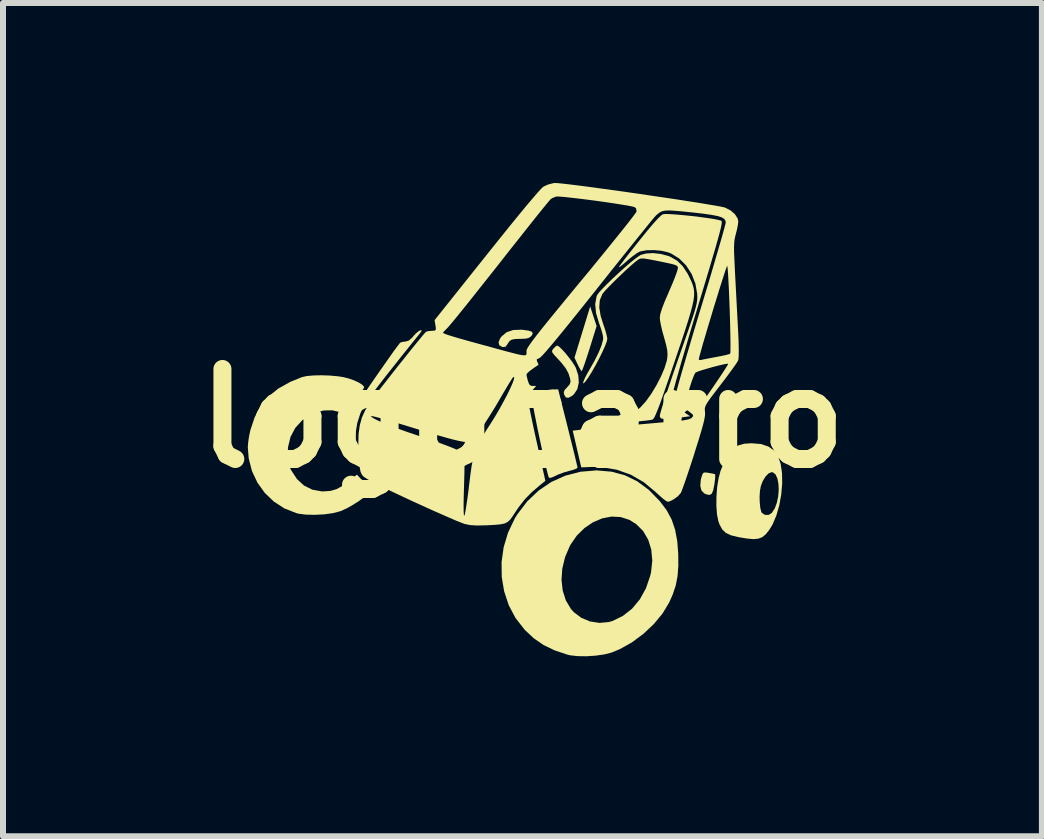
<source format=kicad_pcb>
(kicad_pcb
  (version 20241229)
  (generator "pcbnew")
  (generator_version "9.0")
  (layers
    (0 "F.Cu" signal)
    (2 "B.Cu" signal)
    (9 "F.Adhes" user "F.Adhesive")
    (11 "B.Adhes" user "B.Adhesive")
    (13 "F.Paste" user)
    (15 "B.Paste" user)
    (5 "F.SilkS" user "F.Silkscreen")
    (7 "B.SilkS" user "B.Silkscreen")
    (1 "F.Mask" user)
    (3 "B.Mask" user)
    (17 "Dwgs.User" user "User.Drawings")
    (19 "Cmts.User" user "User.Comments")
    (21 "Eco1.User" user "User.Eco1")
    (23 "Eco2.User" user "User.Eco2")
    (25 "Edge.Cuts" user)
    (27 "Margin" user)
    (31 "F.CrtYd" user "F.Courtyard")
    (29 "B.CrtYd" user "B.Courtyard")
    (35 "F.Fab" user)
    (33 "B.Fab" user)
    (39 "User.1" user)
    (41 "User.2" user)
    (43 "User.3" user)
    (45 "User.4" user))
  (footprint "logocarro"
    (layer "F.Cu")
    (at 5.657 3.921)
    (property "Reference" "logocarro" (at 0 0 0) (layer "F.SilkS") (effects (font (size 1.5 1.5) (thickness 0.3))))
    (attr board_only exclude_from_pos_files exclude_from_bom)
    (fp_poly (pts (xy 1.182 -1.7) (xy 1.236 -1.537) (xy 1.119 -1.161) (xy 1.08 -1.04) (xy 1.045 -0.934) (xy 1.016 -0.852) (xy 0.996 -0.801) (xy 0.987 -0.785) (xy 0.97 -0.804) (xy 0.943 -0.852) (xy 0.92 -0.898) (xy 0.867 -1.01) (xy 0.998 -1.437) (xy 1.129 -1.864)) (stroke (width 0) (type solid)) (fill yes) (layer "F.SilkS"))
    (fp_poly (pts (xy 3.103 0.91) (xy 3.164 0.921) (xy 3.204 0.93) (xy 3.21 0.933) (xy 3.213 0.957) (xy 3.21 1.013) (xy 3.2 1.091) (xy 3.198 1.104) (xy 3.179 1.201) (xy 3.155 1.257) (xy 3.119 1.278) (xy 3.066 1.268) (xy 3.029 1.251) (xy 2.983 1.203) (xy 2.964 1.126) (xy 2.972 1.025) (xy 2.984 0.98) (xy 3.002 0.926) (xy 3.024 0.904) (xy 3.066 0.904)) (stroke (width 0) (type solid)) (fill yes) (layer "F.SilkS"))
    (fp_poly (pts (xy 0.006 -1.474) (xy 0.102 -1.461) (xy 0.157 -1.442) (xy 0.172 -1.413) (xy 0.151 -1.374) (xy 0.146 -1.369) (xy 0.111 -1.342) (xy 0.06 -1.328) (xy -0.02 -1.324) (xy -0.032 -1.324) (xy -0.122 -1.321) (xy -0.18 -1.31) (xy -0.217 -1.285) (xy -0.246 -1.242) (xy -0.251 -1.233) (xy -0.282 -1.192) (xy -0.325 -1.187) (xy -0.337 -1.189) (xy -0.385 -1.217) (xy -0.398 -1.266) (xy -0.373 -1.33) (xy -0.348 -1.364) (xy -0.264 -1.434) (xy -0.155 -1.471) (xy -0.018 -1.476)) (stroke (width 0) (type solid)) (fill yes) (layer "F.SilkS"))
    (fp_poly (pts (xy 0.61 -1.195) (xy 0.658 -1.149) (xy 0.717 -1.085) (xy 0.777 -1.01) (xy 0.833 -0.935) (xy 0.876 -0.867) (xy 0.89 -0.841) (xy 0.931 -0.715) (xy 0.939 -0.594) (xy 0.915 -0.486) (xy 0.858 -0.4) (xy 0.825 -0.372) (xy 0.765 -0.341) (xy 0.723 -0.348) (xy 0.696 -0.392) (xy 0.688 -0.433) (xy 0.703 -0.471) (xy 0.743 -0.515) (xy 0.787 -0.565) (xy 0.801 -0.608) (xy 0.796 -0.656) (xy 0.767 -0.748) (xy 0.72 -0.835) (xy 0.645 -0.93) (xy 0.593 -0.987) (xy 0.534 -1.05) (xy 0.502 -1.09) (xy 0.492 -1.117) (xy 0.5 -1.14) (xy 0.516 -1.161) (xy 0.553 -1.198) (xy 0.579 -1.212)) (stroke (width 0) (type solid)) (fill yes) (layer "F.SilkS"))
    (fp_poly (pts (xy 0.756 0.157) (xy 0.796 0.32) (xy 0.834 0.47) (xy 0.866 0.6) (xy 0.891 0.705) (xy 0.909 0.78) (xy 0.918 0.818) (xy 0.918 0.821) (xy 0.899 0.839) (xy 0.848 0.859) (xy 0.791 0.874) (xy 0.695 0.901) (xy 0.597 0.937) (xy 0.555 0.957) (xy 0.488 0.987) (xy 0.451 0.994) (xy 0.437 0.982) (xy 0.423 0.934) (xy 0.402 0.85) (xy 0.375 0.738) (xy 0.345 0.607) (xy 0.313 0.463) (xy 0.281 0.313) (xy 0.25 0.167) (xy 0.223 0.03) (xy 0.199 -0.088) (xy 0.182 -0.182) (xy 0.173 -0.242) (xy 0.171 -0.256) (xy 0.171 -0.32) (xy 0.182 -0.359) (xy 0.213 -0.388) (xy 0.273 -0.421) (xy 0.277 -0.423) (xy 0.396 -0.468) (xy 0.491 -0.481) (xy 0.595 -0.482)) (stroke (width 0) (type solid)) (fill yes) (layer "F.SilkS"))
    (fp_poly (pts (xy -1.683 -1.452) (xy -1.711 -1.412) (xy -1.734 -1.384) (xy -1.879 -1.204) (xy -2.02 -1.028) (xy -2.154 -0.859) (xy -2.278 -0.702) (xy -2.388 -0.56) (xy -2.482 -0.438) (xy -2.556 -0.339) (xy -2.607 -0.268) (xy -2.628 -0.236) (xy -2.7 -0.086) (xy -2.752 0.076) (xy -2.779 0.233) (xy -2.782 0.294) (xy -2.784 0.371) (xy -2.792 0.41) (xy -2.813 0.42) (xy -2.853 0.408) (xy -2.867 0.403) (xy -2.906 0.37) (xy -2.948 0.31) (xy -2.984 0.239) (xy -3.004 0.174) (xy -3.006 0.155) (xy -2.994 0.13) (xy -2.959 0.074) (xy -2.906 -0.009) (xy -2.836 -0.114) (xy -2.755 -0.236) (xy -2.665 -0.369) (xy -2.57 -0.509) (xy -2.473 -0.65) (xy -2.377 -0.788) (xy -2.287 -0.917) (xy -2.205 -1.033) (xy -2.136 -1.131) (xy -2.081 -1.204) (xy -2.046 -1.25) (xy -2.034 -1.262) (xy -1.993 -1.274) (xy -1.948 -1.279) (xy -1.894 -1.295) (xy -1.836 -1.346) (xy -1.82 -1.366) (xy -1.77 -1.42) (xy -1.722 -1.457) (xy -1.704 -1.465) (xy -1.682 -1.467)) (stroke (width 0) (type solid)) (fill yes) (layer "F.SilkS"))
    (fp_poly (pts (xy 3.974 0.429) (xy 4.1 0.471) (xy 4.196 0.541) (xy 4.26 0.633) (xy 4.303 0.759) (xy 4.326 0.913) (xy 4.329 1.086) (xy 4.313 1.269) (xy 4.28 1.451) (xy 4.231 1.622) (xy 4.167 1.773) (xy 4.112 1.862) (xy 4.056 1.932) (xy 3.999 1.98) (xy 3.933 2.006) (xy 3.85 2.014) (xy 3.74 2.004) (xy 3.601 1.981) (xy 3.478 1.951) (xy 3.391 1.911) (xy 3.329 1.852) (xy 3.284 1.768) (xy 3.264 1.712) (xy 3.242 1.601) (xy 3.232 1.461) (xy 3.233 1.306) (xy 3.952 1.306) (xy 3.955 1.406) (xy 3.964 1.495) (xy 3.981 1.56) (xy 3.992 1.579) (xy 4.044 1.611) (xy 4.106 1.609) (xy 4.157 1.576) (xy 4.205 1.502) (xy 4.24 1.408) (xy 4.262 1.303) (xy 4.271 1.194) (xy 4.266 1.091) (xy 4.249 1.003) (xy 4.218 0.936) (xy 4.174 0.901) (xy 4.152 0.898) (xy 4.103 0.918) (xy 4.051 0.971) (xy 4.004 1.048) (xy 3.973 1.129) (xy 3.958 1.21) (xy 3.952 1.306) (xy 3.233 1.306) (xy 3.233 1.306) (xy 3.245 1.148) (xy 3.268 1.001) (xy 3.3 0.88) (xy 3.303 0.872) (xy 3.369 0.713) (xy 3.436 0.593) (xy 3.509 0.508) (xy 3.593 0.453) (xy 3.695 0.424) (xy 3.814 0.416)) (stroke (width 0) (type solid)) (fill yes) (layer "F.SilkS"))
    (fp_poly (pts (xy 1.245 0.869) (xy 1.486 0.89) (xy 1.708 0.95) (xy 1.914 1.051) (xy 2.107 1.194) (xy 2.287 1.379) (xy 2.292 1.384) (xy 2.404 1.534) (xy 2.487 1.688) (xy 2.544 1.856) (xy 2.58 2.048) (xy 2.596 2.255) (xy 2.598 2.458) (xy 2.585 2.63) (xy 2.555 2.785) (xy 2.505 2.936) (xy 2.443 3.074) (xy 2.333 3.256) (xy 2.187 3.432) (xy 2.014 3.594) (xy 1.822 3.736) (xy 1.622 3.848) (xy 1.481 3.906) (xy 1.361 3.936) (xy 1.218 3.956) (xy 1.066 3.966) (xy 0.92 3.964) (xy 0.795 3.95) (xy 0.752 3.94) (xy 0.535 3.867) (xy 0.352 3.779) (xy 0.192 3.669) (xy 0.043 3.531) (xy 0.034 3.52) (xy -0.116 3.328) (xy -0.229 3.114) (xy -0.305 2.884) (xy -0.337 2.693) (xy 0.651 2.693) (xy 0.671 2.872) (xy 0.723 3.035) (xy 0.807 3.176) (xy 0.854 3.229) (xy 0.98 3.325) (xy 1.126 3.386) (xy 1.282 3.41) (xy 1.439 3.396) (xy 1.501 3.378) (xy 1.675 3.293) (xy 1.828 3.172) (xy 1.957 3.017) (xy 2.058 2.834) (xy 2.129 2.626) (xy 2.143 2.566) (xy 2.164 2.372) (xy 2.147 2.189) (xy 2.096 2.024) (xy 2.012 1.88) (xy 1.896 1.764) (xy 1.783 1.693) (xy 1.638 1.646) (xy 1.484 1.638) (xy 1.329 1.668) (xy 1.176 1.733) (xy 1.034 1.829) (xy 0.906 1.955) (xy 0.801 2.107) (xy 0.789 2.129) (xy 0.71 2.315) (xy 0.664 2.505) (xy 0.651 2.693) (xy -0.337 2.693) (xy -0.345 2.643) (xy -0.348 2.396) (xy -0.313 2.148) (xy -0.24 1.905) (xy -0.129 1.672) (xy -0.084 1.599) (xy 0.08 1.384) (xy 0.27 1.204) (xy 0.483 1.06) (xy 0.716 0.956) (xy 0.965 0.891) (xy 1.229 0.869)) (stroke (width 0) (type solid)) (fill yes) (layer "F.SilkS"))
    (fp_poly (pts (xy -3.209 -0.712) (xy -3.075 -0.7) (xy -2.991 -0.687) (xy -2.894 -0.663) (xy -2.802 -0.63) (xy -2.723 -0.593) (xy -2.666 -0.556) (xy -2.639 -0.524) (xy -2.64 -0.509) (xy -2.662 -0.474) (xy -2.702 -0.415) (xy -2.752 -0.343) (xy -2.807 -0.264) (xy -2.86 -0.189) (xy -2.905 -0.125) (xy -2.937 -0.082) (xy -2.95 -0.067) (xy -2.973 -0.075) (xy -3.021 -0.094) (xy -3.037 -0.101) (xy -3.169 -0.133) (xy -3.314 -0.13) (xy -3.461 -0.091) (xy -3.518 -0.066) (xy -3.669 0.032) (xy -3.785 0.159) (xy -3.865 0.309) (xy -3.907 0.482) (xy -3.913 0.583) (xy -3.91 0.684) (xy -3.897 0.76) (xy -3.872 0.83) (xy -3.854 0.867) (xy -3.757 1.014) (xy -3.639 1.122) (xy -3.501 1.19) (xy -3.345 1.218) (xy -3.31 1.218) (xy -3.199 1.21) (xy -3.101 1.182) (xy -3.002 1.129) (xy -2.891 1.046) (xy -2.886 1.043) (xy -2.759 0.939) (xy -2.694 1.009) (xy -2.634 1.06) (xy -2.571 1.098) (xy -2.56 1.102) (xy -2.512 1.127) (xy -2.491 1.154) (xy -2.491 1.155) (xy -2.509 1.195) (xy -2.56 1.25) (xy -2.636 1.314) (xy -2.728 1.381) (xy -2.829 1.445) (xy -2.931 1.502) (xy -3.026 1.545) (xy -3.04 1.55) (xy -3.159 1.581) (xy -3.303 1.601) (xy -3.458 1.609) (xy -3.606 1.606) (xy -3.733 1.59) (xy -3.767 1.581) (xy -3.966 1.503) (xy -4.142 1.389) (xy -4.294 1.244) (xy -4.417 1.072) (xy -4.508 0.879) (xy -4.562 0.67) (xy -4.577 0.483) (xy -4.571 0.401) (xy -4.556 0.298) (xy -4.534 0.197) (xy -4.534 0.196) (xy -4.462 -0.019) (xy -4.363 -0.203) (xy -4.234 -0.361) (xy -4.071 -0.494) (xy -3.871 -0.606) (xy -3.675 -0.686) (xy -3.594 -0.704) (xy -3.481 -0.714) (xy -3.348 -0.717)) (stroke (width 0) (type solid)) (fill yes) (layer "F.SilkS"))
    (fp_poly (pts (xy 2.468 -3.402) (xy 2.572 -3.395) (xy 2.693 -3.384) (xy 2.822 -3.371) (xy 2.952 -3.355) (xy 3.073 -3.339) (xy 3.179 -3.323) (xy 3.26 -3.307) (xy 3.308 -3.294) (xy 3.317 -3.29) (xy 3.321 -3.278) (xy 3.321 -3.254) (xy 3.315 -3.215) (xy 3.303 -3.158) (xy 3.283 -3.08) (xy 3.255 -2.978) (xy 3.219 -2.849) (xy 3.172 -2.691) (xy 3.116 -2.5) (xy 3.048 -2.274) (xy 2.968 -2.009) (xy 2.919 -1.846) (xy 2.845 -1.601) (xy 2.775 -1.367) (xy 2.711 -1.148) (xy 2.652 -0.948) (xy 2.601 -0.77) (xy 2.558 -0.618) (xy 2.525 -0.496) (xy 2.503 -0.408) (xy 2.492 -0.358) (xy 2.491 -0.35) (xy 2.497 -0.295) (xy 2.52 -0.247) (xy 2.567 -0.197) (xy 2.643 -0.138) (xy 2.695 -0.101) (xy 2.793 -0.034) (xy 2.681 -0.019) (xy 2.553 -0.004) (xy 2.444 0.006) (xy 2.363 0.009) (xy 2.318 0.006) (xy 2.317 0.006) (xy 2.291 -0.022) (xy 2.289 -0.035) (xy 2.294 -0.069) (xy 2.312 -0.134) (xy 2.342 -0.233) (xy 2.385 -0.366) (xy 2.442 -0.535) (xy 2.512 -0.743) (xy 2.597 -0.989) (xy 2.675 -1.212) (xy 2.742 -1.404) (xy 2.795 -1.559) (xy 2.837 -1.683) (xy 2.868 -1.779) (xy 2.889 -1.854) (xy 2.903 -1.913) (xy 2.911 -1.961) (xy 2.914 -2.003) (xy 2.913 -2.045) (xy 2.912 -2.076) (xy 2.882 -2.246) (xy 2.819 -2.406) (xy 2.727 -2.548) (xy 2.612 -2.663) (xy 2.478 -2.746) (xy 2.423 -2.767) (xy 2.315 -2.792) (xy 2.193 -2.803) (xy 2.075 -2.801) (xy 1.977 -2.784) (xy 1.946 -2.774) (xy 1.895 -2.744) (xy 1.826 -2.693) (xy 1.75 -2.63) (xy 1.73 -2.612) (xy 1.669 -2.559) (xy 1.627 -2.526) (xy 1.609 -2.518) (xy 1.61 -2.525) (xy 1.631 -2.555) (xy 1.675 -2.614) (xy 1.739 -2.697) (xy 1.818 -2.798) (xy 1.908 -2.912) (xy 1.961 -2.978) (xy 2.084 -3.13) (xy 2.183 -3.247) (xy 2.258 -3.33) (xy 2.312 -3.381) (xy 2.345 -3.401) (xy 2.39 -3.405)) (stroke (width 0) (type solid)) (fill yes) (layer "F.SilkS"))
    (fp_poly (pts (xy 2.308 -2.738) (xy 2.432 -2.705) (xy 2.466 -2.691) (xy 2.577 -2.627) (xy 2.671 -2.535) (xy 2.754 -2.408) (xy 2.79 -2.335) (xy 2.818 -2.275) (xy 2.839 -2.22) (xy 2.854 -2.165) (xy 2.861 -2.108) (xy 2.861 -2.042) (xy 2.851 -1.965) (xy 2.831 -1.872) (xy 2.801 -1.759) (xy 2.76 -1.622) (xy 2.707 -1.456) (xy 2.641 -1.256) (xy 2.561 -1.02) (xy 2.536 -0.946) (xy 2.457 -0.713) (xy 2.39 -0.52) (xy 2.335 -0.362) (xy 2.29 -0.237) (xy 2.253 -0.141) (xy 2.224 -0.07) (xy 2.202 -0.022) (xy 2.184 0.007) (xy 2.17 0.02) (xy 2.167 0.021) (xy 2.126 0.03) (xy 2.051 0.04) (xy 1.956 0.049) (xy 1.885 0.055) (xy 1.781 0.062) (xy 1.69 0.071) (xy 1.624 0.078) (xy 1.599 0.083) (xy 1.56 0.088) (xy 1.548 0.083) (xy 1.567 0.068) (xy 1.616 0.037) (xy 1.687 -0.003) (xy 1.722 -0.022) (xy 1.813 -0.074) (xy 1.897 -0.129) (xy 1.961 -0.177) (xy 1.971 -0.187) (xy 2.058 -0.284) (xy 2.147 -0.408) (xy 2.232 -0.549) (xy 2.308 -0.696) (xy 2.368 -0.837) (xy 2.406 -0.96) (xy 2.413 -1.002) (xy 2.418 -1.066) (xy 2.413 -1.132) (xy 2.397 -1.213) (xy 2.368 -1.321) (xy 2.359 -1.352) (xy 2.329 -1.459) (xy 2.306 -1.559) (xy 2.292 -1.64) (xy 2.289 -1.677) (xy 2.297 -1.736) (xy 2.323 -1.822) (xy 2.368 -1.94) (xy 2.434 -2.093) (xy 2.446 -2.121) (xy 2.501 -2.249) (xy 2.545 -2.359) (xy 2.576 -2.445) (xy 2.591 -2.499) (xy 2.591 -2.515) (xy 2.584 -2.53) (xy 2.57 -2.544) (xy 2.543 -2.556) (xy 2.496 -2.57) (xy 2.425 -2.586) (xy 2.321 -2.608) (xy 2.18 -2.636) (xy 2.171 -2.638) (xy 2.076 -2.655) (xy 2.013 -2.664) (xy 1.972 -2.662) (xy 1.942 -2.652) (xy 1.925 -2.641) (xy 1.873 -2.601) (xy 1.8 -2.538) (xy 1.713 -2.459) (xy 1.621 -2.371) (xy 1.529 -2.282) (xy 1.447 -2.199) (xy 1.38 -2.129) (xy 1.338 -2.079) (xy 1.33 -2.067) (xy 1.289 -1.967) (xy 1.28 -1.847) (xy 1.304 -1.704) (xy 1.346 -1.571) (xy 1.377 -1.479) (xy 1.401 -1.395) (xy 1.413 -1.334) (xy 1.414 -1.322) (xy 1.403 -1.274) (xy 1.373 -1.196) (xy 1.328 -1.097) (xy 1.273 -0.986) (xy 1.212 -0.872) (xy 1.15 -0.763) (xy 1.093 -0.673) (xy 1.046 -0.609) (xy 1.019 -0.582) (xy 1.01 -0.586) (xy 1.019 -0.619) (xy 1.044 -0.677) (xy 1.085 -0.755) (xy 1.124 -0.822) (xy 1.205 -0.965) (xy 1.271 -1.099) (xy 1.318 -1.215) (xy 1.343 -1.307) (xy 1.346 -1.341) (xy 1.338 -1.391) (xy 1.317 -1.468) (xy 1.287 -1.557) (xy 1.279 -1.578) (xy 1.227 -1.751) (xy 1.212 -1.902) (xy 1.235 -2.03) (xy 1.242 -2.048) (xy 1.269 -2.088) (xy 1.325 -2.151) (xy 1.402 -2.23) (xy 1.493 -2.319) (xy 1.593 -2.412) (xy 1.694 -2.504) (xy 1.79 -2.587) (xy 1.875 -2.656) (xy 1.941 -2.704) (xy 1.97 -2.722) (xy 2.063 -2.747) (xy 2.18 -2.753)) (stroke (width 0) (type solid)) (fill yes) (layer "F.SilkS"))
    (fp_poly (pts (xy 0.578 -3.92) (xy 0.659 -3.912) (xy 0.775 -3.899) (xy 0.921 -3.881) (xy 1.091 -3.859) (xy 1.282 -3.833) (xy 1.488 -3.805) (xy 1.704 -3.775) (xy 1.926 -3.743) (xy 2.149 -3.71) (xy 2.367 -3.678) (xy 2.577 -3.647) (xy 2.772 -3.616) (xy 2.949 -3.589) (xy 3.102 -3.563) (xy 3.227 -3.542) (xy 3.319 -3.525) (xy 3.372 -3.513) (xy 3.379 -3.51) (xy 3.47 -3.463) (xy 3.542 -3.4) (xy 3.587 -3.329) (xy 3.597 -3.283) (xy 3.591 -3.228) (xy 3.576 -3.149) (xy 3.557 -3.074) (xy 3.544 -3.023) (xy 3.534 -2.974) (xy 3.529 -2.919) (xy 3.526 -2.852) (xy 3.527 -2.765) (xy 3.532 -2.651) (xy 3.539 -2.502) (xy 3.542 -2.435) (xy 3.552 -2.25) (xy 3.563 -2.042) (xy 3.574 -1.83) (xy 3.585 -1.629) (xy 3.593 -1.481) (xy 3.602 -1.291) (xy 3.605 -1.142) (xy 3.604 -1.037) (xy 3.598 -0.975) (xy 3.595 -0.965) (xy 3.575 -0.93) (xy 3.532 -0.867) (xy 3.47 -0.781) (xy 3.395 -0.679) (xy 3.31 -0.568) (xy 3.301 -0.556) (xy 3.209 -0.436) (xy 3.14 -0.345) (xy 3.092 -0.278) (xy 3.062 -0.228) (xy 3.045 -0.191) (xy 3.039 -0.16) (xy 3.04 -0.129) (xy 3.042 -0.108) (xy 3.044 -0.071) (xy 3.039 -0.025) (xy 3.028 0.036) (xy 3.007 0.118) (xy 2.977 0.225) (xy 2.935 0.363) (xy 2.88 0.538) (xy 2.864 0.591) (xy 2.813 0.75) (xy 2.764 0.897) (xy 2.72 1.027) (xy 2.683 1.132) (xy 2.655 1.208) (xy 2.638 1.247) (xy 2.637 1.248) (xy 2.589 1.301) (xy 2.524 1.349) (xy 2.459 1.383) (xy 2.421 1.391) (xy 2.391 1.376) (xy 2.338 1.336) (xy 2.27 1.276) (xy 2.216 1.226) (xy 2.021 1.064) (xy 1.805 0.94) (xy 1.572 0.857) (xy 1.327 0.815) (xy 1.158 0.811) (xy 0.98 0.818) (xy 0.909 0.512) (xy 0.838 0.206) (xy 0.952 0.193) (xy 1.01 0.187) (xy 1.112 0.177) (xy 1.256 0.164) (xy 1.44 0.147) (xy 1.663 0.127) (xy 1.925 0.104) (xy 2.223 0.078) (xy 2.557 0.048) (xy 2.565 0.048) (xy 2.682 0.035) (xy 2.761 0.02) (xy 2.809 0.001) (xy 2.823 -0.01) (xy 2.845 -0.038) (xy 2.839 -0.061) (xy 2.801 -0.093) (xy 2.796 -0.098) (xy 2.737 -0.141) (xy 2.665 -0.194) (xy 2.638 -0.214) (xy 2.584 -0.263) (xy 2.547 -0.312) (xy 2.54 -0.332) (xy 2.545 -0.362) (xy 2.552 -0.39) (xy 2.76 -0.39) (xy 2.776 -0.363) (xy 2.818 -0.323) (xy 2.87 -0.279) (xy 2.921 -0.242) (xy 2.957 -0.225) (xy 2.961 -0.224) (xy 2.977 -0.242) (xy 3.015 -0.291) (xy 3.069 -0.366) (xy 3.135 -0.46) (xy 3.206 -0.563) (xy 3.279 -0.67) (xy 3.342 -0.765) (xy 3.39 -0.84) (xy 3.421 -0.89) (xy 3.429 -0.908) (xy 3.403 -0.908) (xy 3.345 -0.897) (xy 3.264 -0.878) (xy 3.171 -0.854) (xy 3.077 -0.827) (xy 2.991 -0.802) (xy 2.924 -0.779) (xy 2.887 -0.763) (xy 2.883 -0.76) (xy 2.863 -0.725) (xy 2.837 -0.66) (xy 2.809 -0.58) (xy 2.783 -0.498) (xy 2.766 -0.429) (xy 2.76 -0.39) (xy 2.552 -0.39) (xy 2.562 -0.431) (xy 2.59 -0.535) (xy 2.628 -0.671) (xy 2.675 -0.835) (xy 2.718 -0.98) (xy 2.938 -0.98) (xy 2.957 -0.97) (xy 2.979 -0.972) (xy 3.017 -0.981) (xy 3.088 -0.995) (xy 3.178 -1.012) (xy 3.231 -1.022) (xy 3.325 -1.04) (xy 3.401 -1.057) (xy 3.451 -1.071) (xy 3.462 -1.077) (xy 3.466 -1.102) (xy 3.467 -1.166) (xy 3.467 -1.261) (xy 3.465 -1.382) (xy 3.462 -1.521) (xy 3.458 -1.673) (xy 3.453 -1.83) (xy 3.447 -1.986) (xy 3.441 -2.135) (xy 3.434 -2.27) (xy 3.428 -2.385) (xy 3.422 -2.472) (xy 3.416 -2.526) (xy 3.412 -2.541) (xy 3.404 -2.523) (xy 3.384 -2.468) (xy 3.356 -2.382) (xy 3.32 -2.269) (xy 3.278 -2.137) (xy 3.233 -1.99) (xy 3.185 -1.835) (xy 3.138 -1.678) (xy 3.091 -1.523) (xy 3.048 -1.377) (xy 3.009 -1.245) (xy 2.978 -1.134) (xy 2.954 -1.049) (xy 2.941 -0.995) (xy 2.938 -0.98) (xy 2.718 -0.98) (xy 2.73 -1.023) (xy 2.792 -1.232) (xy 2.859 -1.459) (xy 2.931 -1.698) (xy 2.96 -1.793) (xy 3.034 -2.037) (xy 3.104 -2.269) (xy 3.168 -2.486) (xy 3.226 -2.684) (xy 3.277 -2.859) (xy 3.32 -3.007) (xy 3.353 -3.126) (xy 3.376 -3.21) (xy 3.387 -3.256) (xy 3.388 -3.263) (xy 3.382 -3.297) (xy 3.36 -3.326) (xy 3.317 -3.35) (xy 3.249 -3.371) (xy 3.151 -3.39) (xy 3.019 -3.409) (xy 2.847 -3.429) (xy 2.809 -3.433) (xy 2.652 -3.449) (xy 2.533 -3.459) (xy 2.444 -3.464) (xy 2.379 -3.461) (xy 2.33 -3.451) (xy 2.291 -3.433) (xy 2.255 -3.406) (xy 2.225 -3.38) (xy 2.202 -3.354) (xy 2.154 -3.297) (xy 2.083 -3.21) (xy 1.992 -3.097) (xy 1.883 -2.962) (xy 1.758 -2.806) (xy 1.62 -2.634) (xy 1.471 -2.448) (xy 1.315 -2.251) (xy 1.253 -2.173) (xy 1.047 -1.914) (xy 0.867 -1.69) (xy 0.713 -1.499) (xy 0.584 -1.341) (xy 0.478 -1.214) (xy 0.396 -1.118) (xy 0.335 -1.05) (xy 0.295 -1.012) (xy 0.278 -1) (xy 0.24 -0.985) (xy 0.24 -0.958) (xy 0.248 -0.94) (xy 0.265 -0.903) (xy 0.265 -0.889) (xy 0.188 -0.838) (xy 0.123 -0.79) (xy 0.08 -0.751) (xy 0.067 -0.732) (xy 0.073 -0.695) (xy 0.087 -0.637) (xy 0.091 -0.623) (xy 0.112 -0.566) (xy 0.141 -0.542) (xy 0.172 -0.539) (xy 0.229 -0.539) (xy 0.159 -0.459) (xy 0.117 -0.4) (xy 0.092 -0.343) (xy 0.09 -0.325) (xy 0.095 -0.289) (xy 0.108 -0.216) (xy 0.129 -0.111) (xy 0.156 0.019) (xy 0.188 0.17) (xy 0.224 0.335) (xy 0.236 0.387) (xy 0.382 1.043) (xy 0.297 1.111) (xy 0.154 1.233) (xy 0.039 1.351) (xy -0.062 1.48) (xy -0.113 1.556) (xy -0.164 1.633) (xy -0.205 1.69) (xy -0.247 1.728) (xy -0.297 1.753) (xy -0.363 1.767) (xy -0.455 1.776) (xy -0.582 1.783) (xy -0.617 1.784) (xy -0.76 1.787) (xy -0.871 1.78) (xy -0.964 1.761) (xy -1.012 1.743) (xy -1.096 1.71) (xy -1.209 1.661) (xy -1.347 1.601) (xy -1.503 1.532) (xy -1.673 1.455) (xy -1.846 1.376) (xy -2.07 1.271) (xy -2.256 1.183) (xy -2.404 1.11) (xy -2.517 1.052) (xy -2.596 1.007) (xy -2.644 0.975) (xy -2.658 0.962) (xy -2.681 0.93) (xy -2.698 0.891) (xy -2.709 0.836) (xy -2.718 0.755) (xy -2.727 0.64) (xy -2.727 0.637) (xy -2.735 0.432) (xy -2.731 0.262) (xy -2.711 0.117) (xy -2.675 -0.012) (xy -2.664 -0.037) (xy -2.521 -0.037) (xy -2.519 -0.024) (xy -2.479 0.002) (xy -2.408 0.038) (xy -2.309 0.081) (xy -2.189 0.129) (xy -2.051 0.181) (xy -1.903 0.234) (xy -1.793 0.271) (xy -1.572 0.345) (xy -1.392 0.407) (xy -1.249 0.46) (xy -1.14 0.503) (xy -1.063 0.54) (xy -1.014 0.57) (xy -0.998 0.584) (xy -0.985 0.601) (xy -0.976 0.624) (xy -0.97 0.659) (xy -0.966 0.712) (xy -0.966 0.789) (xy -0.967 0.895) (xy -0.971 1.037) (xy -0.974 1.139) (xy -0.979 1.312) (xy -0.981 1.451) (xy -0.98 1.55) (xy -0.976 1.61) (xy -0.97 1.627) (xy -0.969 1.627) (xy -0.96 1.599) (xy -0.947 1.533) (xy -0.932 1.436) (xy -0.914 1.315) (xy -0.896 1.176) (xy -0.889 1.112) (xy -0.867 0.935) (xy -0.847 0.794) (xy -0.826 0.679) (xy -0.801 0.582) (xy -0.769 0.494) (xy -0.726 0.405) (xy -0.669 0.307) (xy -0.596 0.19) (xy -0.538 0.101) (xy -0.461 -0.022) (xy -0.387 -0.148) (xy -0.318 -0.273) (xy -0.256 -0.39) (xy -0.205 -0.495) (xy -0.166 -0.582) (xy -0.143 -0.647) (xy -0.137 -0.684) (xy -0.152 -0.688) (xy -0.153 -0.687) (xy -0.171 -0.664) (xy -0.206 -0.609) (xy -0.254 -0.53) (xy -0.311 -0.434) (xy -0.334 -0.395) (xy -0.443 -0.208) (xy -0.547 -0.04) (xy -0.641 0.106) (xy -0.723 0.225) (xy -0.792 0.315) (xy -0.843 0.37) (xy -0.866 0.387) (xy -0.893 0.395) (xy -0.93 0.397) (xy -0.981 0.392) (xy -1.05 0.379) (xy -1.141 0.358) (xy -1.257 0.327) (xy -1.402 0.286) (xy -1.58 0.233) (xy -1.795 0.168) (xy -1.915 0.131) (xy -2.069 0.084) (xy -2.21 0.043) (xy -2.331 0.008) (xy -2.427 -0.018) (xy -2.492 -0.034) (xy -2.52 -0.037) (xy -2.521 -0.037) (xy -2.664 -0.037) (xy -2.62 -0.134) (xy -2.545 -0.257) (xy -2.538 -0.268) (xy -2.501 -0.32) (xy -2.443 -0.397) (xy -2.369 -0.494) (xy -2.281 -0.606) (xy -2.186 -0.728) (xy -2.086 -0.855) (xy -1.985 -0.981) (xy -1.889 -1.102) (xy -1.8 -1.212) (xy -1.723 -1.306) (xy -1.663 -1.379) (xy -1.622 -1.426) (xy -1.621 -1.427) (xy -1.324 -1.427) (xy -1.315 -1.418) (xy -1.285 -1.404) (xy -1.231 -1.385) (xy -1.15 -1.36) (xy -1.037 -1.327) (xy -0.889 -1.285) (xy -0.703 -1.234) (xy -0.628 -1.214) (xy -0.436 -1.161) (xy -0.282 -1.119) (xy -0.163 -1.088) (xy -0.075 -1.066) (xy -0.012 -1.053) (xy 0.029 -1.049) (xy 0.054 -1.053) (xy 0.065 -1.064) (xy 0.068 -1.082) (xy 0.068 -1.106) (xy 0.067 -1.124) (xy 0.072 -1.143) (xy 0.085 -1.172) (xy 0.111 -1.213) (xy 0.15 -1.269) (xy 0.204 -1.341) (xy 0.276 -1.434) (xy 0.367 -1.548) (xy 0.479 -1.686) (xy 0.614 -1.851) (xy 0.774 -2.046) (xy 0.961 -2.272) (xy 0.98 -2.295) (xy 1.14 -2.488) (xy 1.29 -2.672) (xy 1.43 -2.844) (xy 1.556 -3) (xy 1.667 -3.138) (xy 1.759 -3.254) (xy 1.83 -3.346) (xy 1.879 -3.411) (xy 1.901 -3.444) (xy 1.902 -3.448) (xy 1.894 -3.498) (xy 1.87 -3.518) (xy 1.833 -3.529) (xy 1.759 -3.544) (xy 1.656 -3.561) (xy 1.529 -3.581) (xy 1.388 -3.602) (xy 1.238 -3.623) (xy 1.086 -3.643) (xy 0.942 -3.661) (xy 0.81 -3.676) (xy 0.699 -3.688) (xy 0.616 -3.695) (xy 0.568 -3.696) (xy 0.561 -3.695) (xy 0.503 -3.672) (xy 0.47 -3.652) (xy 0.45 -3.629) (xy 0.405 -3.575) (xy 0.337 -3.492) (xy 0.249 -3.383) (xy 0.144 -3.251) (xy 0.025 -3.101) (xy -0.107 -2.934) (xy -0.249 -2.755) (xy -0.368 -2.603) (xy -0.517 -2.414) (xy -0.66 -2.234) (xy -0.793 -2.066) (xy -0.915 -1.913) (xy -1.022 -1.78) (xy -1.112 -1.669) (xy -1.182 -1.585) (xy -1.229 -1.529) (xy -1.247 -1.509) (xy -1.292 -1.464) (xy -1.32 -1.434) (xy -1.324 -1.427) (xy -1.621 -1.427) (xy -1.607 -1.441) (xy -1.568 -1.453) (xy -1.51 -1.458) (xy -1.509 -1.458) (xy -1.462 -1.461) (xy -1.444 -1.476) (xy -1.445 -1.518) (xy -1.45 -1.547) (xy -1.464 -1.636) (xy -0.597 -2.723) (xy -0.4 -2.969) (xy -0.224 -3.188) (xy -0.069 -3.378) (xy 0.063 -3.539) (xy 0.173 -3.668) (xy 0.257 -3.766) (xy 0.317 -3.831) (xy 0.35 -3.861) (xy 0.351 -3.861) (xy 0.427 -3.896) (xy 0.514 -3.918) (xy 0.536 -3.921)) (stroke (width 0) (type solid)) (fill yes) (layer "F.SilkS")))
  (gr_rect
    (start -3 -3)
    (end 14.314 10.887)
    (stroke (width 0.1) (type default))
    (fill no)
    (layer "Edge.Cuts")))
</source>
